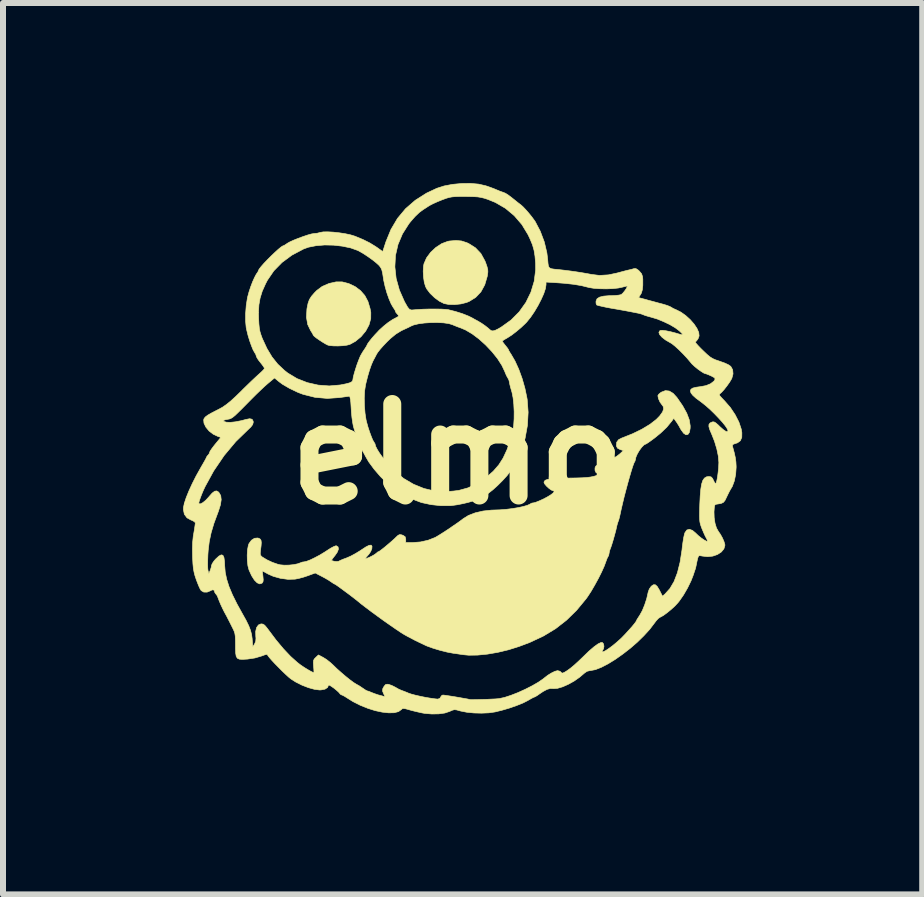
<source format=kicad_pcb>
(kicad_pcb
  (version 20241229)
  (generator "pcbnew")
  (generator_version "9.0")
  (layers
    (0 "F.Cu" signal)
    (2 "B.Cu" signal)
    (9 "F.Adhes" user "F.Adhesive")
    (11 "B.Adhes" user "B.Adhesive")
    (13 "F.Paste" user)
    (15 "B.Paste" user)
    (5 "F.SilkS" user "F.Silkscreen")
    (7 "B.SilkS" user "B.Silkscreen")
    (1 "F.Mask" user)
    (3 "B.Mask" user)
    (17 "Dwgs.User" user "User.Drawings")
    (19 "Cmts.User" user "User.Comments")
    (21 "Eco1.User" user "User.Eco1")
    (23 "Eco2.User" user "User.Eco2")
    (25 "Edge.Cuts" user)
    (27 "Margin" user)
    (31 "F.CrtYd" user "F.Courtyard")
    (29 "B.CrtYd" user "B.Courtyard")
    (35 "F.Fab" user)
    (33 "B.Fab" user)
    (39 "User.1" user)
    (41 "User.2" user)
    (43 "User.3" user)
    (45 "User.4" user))
  (footprint "elmo"
    (layer "F.Cu")
    (at 4.573 4.515)
    (property "Reference" "elmo" (at 0 0 0) (layer "F.SilkS") (effects (font (size 1.524 1.524) (thickness 0.3))))
    (attr through_hole)
    (fp_poly (pts (xy 0.065 -3.551) (xy 0.154 -3.522) (xy 0.183 -3.509) (xy 0.297 -3.437) (xy 0.388 -3.341) (xy 0.455 -3.219) (xy 0.467 -3.189) (xy 0.49 -3.123) (xy 0.502 -3.076) (xy 0.504 -3.034) (xy 0.497 -2.983) (xy 0.493 -2.959) (xy 0.452 -2.82) (xy 0.388 -2.703) (xy 0.301 -2.611) (xy 0.193 -2.544) (xy 0.149 -2.526) (xy 0.054 -2.502) (xy -0.049 -2.491) (xy -0.147 -2.493) (xy -0.228 -2.509) (xy -0.229 -2.51) (xy -0.304 -2.548) (xy -0.383 -2.606) (xy -0.456 -2.676) (xy -0.512 -2.749) (xy -0.534 -2.791) (xy -0.555 -2.862) (xy -0.568 -2.951) (xy -0.573 -3.046) (xy -0.568 -3.13) (xy -0.56 -3.172) (xy -0.517 -3.27) (xy -0.448 -3.363) (xy -0.361 -3.444) (xy -0.264 -3.507) (xy -0.162 -3.545) (xy -0.136 -3.55) (xy -0.027 -3.559) (xy 0.065 -3.551)) (stroke (width 0.01) (type solid)) (fill yes) (layer "F.SilkS"))
    (fp_poly (pts (xy -1.922 -2.869) (xy -1.813 -2.841) (xy -1.706 -2.79) (xy -1.617 -2.723) (xy -1.546 -2.642) (xy -1.494 -2.544) (xy -1.458 -2.424) (xy -1.446 -2.36) (xy -1.447 -2.257) (xy -1.476 -2.152) (xy -1.531 -2.05) (xy -1.608 -1.957) (xy -1.702 -1.879) (xy -1.795 -1.828) (xy -1.844 -1.815) (xy -1.913 -1.806) (xy -1.992 -1.802) (xy -2.069 -1.803) (xy -2.132 -1.809) (xy -2.161 -1.816) (xy -2.199 -1.835) (xy -2.249 -1.865) (xy -2.303 -1.9) (xy -2.352 -1.934) (xy -2.388 -1.963) (xy -2.404 -1.981) (xy -2.405 -1.982) (xy -2.413 -2.002) (xy -2.435 -2.038) (xy -2.448 -2.057) (xy -2.497 -2.159) (xy -2.518 -2.28) (xy -2.51 -2.418) (xy -2.507 -2.436) (xy -2.491 -2.514) (xy -2.469 -2.575) (xy -2.434 -2.63) (xy -2.382 -2.69) (xy -2.345 -2.727) (xy -2.255 -2.794) (xy -2.141 -2.843) (xy -2.025 -2.869) (xy -1.922 -2.869)) (stroke (width 0.01) (type solid)) (fill yes) (layer "F.SilkS"))
    (fp_poly (pts (xy 3.526 -1.051) (xy 3.591 -1.012) (xy 3.653 -0.944) (xy 3.749 -0.805) (xy 3.817 -0.682) (xy 3.859 -0.571) (xy 3.875 -0.47) (xy 3.874 -0.43) (xy 3.862 -0.364) (xy 3.837 -0.328) (xy 3.804 -0.322) (xy 3.765 -0.348) (xy 3.724 -0.404) (xy 3.715 -0.419) (xy 3.683 -0.477) (xy 3.648 -0.532) (xy 3.64 -0.543) (xy 3.601 -0.597) (xy 3.566 -0.548) (xy 3.483 -0.447) (xy 3.381 -0.35) (xy 3.28 -0.268) (xy 3.223 -0.226) (xy 3.175 -0.192) (xy 3.144 -0.172) (xy 3.136 -0.169) (xy 3.105 -0.153) (xy 3.067 -0.115) (xy 3.028 -0.062) (xy 2.994 -0.004) (xy 2.97 0.051) (xy 2.963 0.089) (xy 2.953 0.122) (xy 2.948 0.128) (xy 2.936 0.153) (xy 2.917 0.205) (xy 2.893 0.281) (xy 2.866 0.373) (xy 2.836 0.479) (xy 2.806 0.591) (xy 2.776 0.705) (xy 2.749 0.817) (xy 2.725 0.92) (xy 2.71 0.991) (xy 2.697 1.049) (xy 2.684 1.097) (xy 2.676 1.118) (xy 2.664 1.152) (xy 2.651 1.2) (xy 2.651 1.203) (xy 2.635 1.273) (xy 2.613 1.354) (xy 2.59 1.436) (xy 2.568 1.508) (xy 2.55 1.561) (xy 2.546 1.569) (xy 2.53 1.615) (xy 2.523 1.654) (xy 2.523 1.654) (xy 2.516 1.69) (xy 2.508 1.703) (xy 2.494 1.728) (xy 2.477 1.772) (xy 2.472 1.786) (xy 2.443 1.865) (xy 2.399 1.963) (xy 2.345 2.071) (xy 2.284 2.182) (xy 2.223 2.287) (xy 2.164 2.377) (xy 2.138 2.413) (xy 1.981 2.603) (xy 1.814 2.766) (xy 1.632 2.908) (xy 1.43 3.03) (xy 1.204 3.136) (xy 1.024 3.204) (xy 0.849 3.259) (xy 0.67 3.302) (xy 0.495 3.332) (xy 0.332 3.348) (xy 0.186 3.35) (xy 0.102 3.342) (xy 0.064 3.337) (xy 0.005 3.328) (xy -0.062 3.318) (xy -0.068 3.318) (xy -0.175 3.298) (xy -0.294 3.268) (xy -0.41 3.233) (xy -0.51 3.197) (xy -0.543 3.182) (xy -0.7 3.107) (xy -0.83 3.039) (xy -0.889 3.006) (xy -0.947 2.97) (xy -1.026 2.917) (xy -1.12 2.852) (xy -1.223 2.78) (xy -1.328 2.704) (xy -1.432 2.628) (xy -1.526 2.557) (xy -1.606 2.496) (xy -1.658 2.453) (xy -1.698 2.421) (xy -1.752 2.379) (xy -1.815 2.331) (xy -1.88 2.283) (xy -1.941 2.238) (xy -1.992 2.201) (xy -2.028 2.176) (xy -2.043 2.167) (xy -2.063 2.158) (xy -2.097 2.135) (xy -2.107 2.128) (xy -2.149 2.1) (xy -2.209 2.065) (xy -2.265 2.035) (xy -2.372 1.98) (xy -2.494 2.025) (xy -2.569 2.05) (xy -2.647 2.071) (xy -2.709 2.083) (xy -2.825 2.086) (xy -2.951 2.069) (xy -3.072 2.035) (xy -3.156 1.998) (xy -3.254 1.944) (xy -3.243 2.035) (xy -3.238 2.093) (xy -3.242 2.127) (xy -3.258 2.149) (xy -3.259 2.15) (xy -3.296 2.162) (xy -3.339 2.144) (xy -3.385 2.098) (xy -3.431 2.026) (xy -3.475 1.93) (xy -3.493 1.862) (xy -3.503 1.776) (xy -3.505 1.682) (xy -3.5 1.594) (xy -3.486 1.52) (xy -3.475 1.49) (xy -3.435 1.435) (xy -3.384 1.402) (xy -3.33 1.397) (xy -3.309 1.403) (xy -3.286 1.417) (xy -3.274 1.439) (xy -3.27 1.475) (xy -3.274 1.531) (xy -3.283 1.6) (xy -3.288 1.652) (xy -3.284 1.683) (xy -3.266 1.704) (xy -3.252 1.715) (xy -3.176 1.761) (xy -3.086 1.803) (xy -2.997 1.834) (xy -2.956 1.844) (xy -2.89 1.85) (xy -2.811 1.849) (xy -2.732 1.841) (xy -2.664 1.827) (xy -2.628 1.814) (xy -2.585 1.798) (xy -2.558 1.795) (xy -2.517 1.786) (xy -2.454 1.762) (xy -2.378 1.725) (xy -2.295 1.681) (xy -2.213 1.631) (xy -2.173 1.605) (xy -2.114 1.567) (xy -2.063 1.54) (xy -2.028 1.527) (xy -2.02 1.527) (xy -1.991 1.546) (xy -1.985 1.583) (xy -2.004 1.633) (xy -2.039 1.684) (xy -2.072 1.726) (xy -2.094 1.757) (xy -2.1 1.767) (xy -2.085 1.778) (xy -2.051 1.786) (xy -2.012 1.789) (xy -1.981 1.785) (xy -1.976 1.782) (xy -1.951 1.769) (xy -1.903 1.749) (xy -1.846 1.728) (xy -1.78 1.699) (xy -1.702 1.657) (xy -1.625 1.61) (xy -1.604 1.596) (xy -1.528 1.546) (xy -1.474 1.519) (xy -1.44 1.516) (xy -1.426 1.535) (xy -1.429 1.577) (xy -1.448 1.623) (xy -1.481 1.672) (xy -1.49 1.681) (xy -1.519 1.714) (xy -1.534 1.736) (xy -1.534 1.74) (xy -1.516 1.737) (xy -1.479 1.723) (xy -1.433 1.701) (xy -1.39 1.677) (xy -1.359 1.655) (xy -1.353 1.65) (xy -1.329 1.629) (xy -1.318 1.626) (xy -1.299 1.615) (xy -1.261 1.587) (xy -1.211 1.547) (xy -1.155 1.5) (xy -1.098 1.451) (xy -1.048 1.406) (xy -1.027 1.385) (xy -0.991 1.352) (xy -0.964 1.34) (xy -0.931 1.345) (xy -0.907 1.354) (xy -0.874 1.376) (xy -0.864 1.415) (xy -0.864 1.422) (xy -0.864 1.473) (xy -0.749 1.473) (xy -0.618 1.463) (xy -0.49 1.434) (xy -0.378 1.39) (xy -0.366 1.384) (xy -0.312 1.352) (xy -0.239 1.306) (xy -0.156 1.252) (xy -0.072 1.194) (xy 0.007 1.14) (xy 0.07 1.094) (xy 0.093 1.076) (xy 0.181 1.021) (xy 0.294 0.978) (xy 0.423 0.948) (xy 0.559 0.933) (xy 0.609 0.931) (xy 0.705 0.928) (xy 0.808 0.92) (xy 0.912 0.907) (xy 1.01 0.891) (xy 1.096 0.872) (xy 1.162 0.853) (xy 1.204 0.834) (xy 1.209 0.83) (xy 1.239 0.815) (xy 1.259 0.813) (xy 1.295 0.805) (xy 1.351 0.783) (xy 1.418 0.753) (xy 1.488 0.717) (xy 1.545 0.683) (xy 1.588 0.651) (xy 1.608 0.626) (xy 1.602 0.612) (xy 1.59 0.61) (xy 1.56 0.598) (xy 1.52 0.569) (xy 1.48 0.532) (xy 1.45 0.496) (xy 1.439 0.472) (xy 1.445 0.451) (xy 1.463 0.434) (xy 1.499 0.421) (xy 1.554 0.412) (xy 1.633 0.406) (xy 1.739 0.402) (xy 1.863 0.399) (xy 1.986 0.397) (xy 2.081 0.394) (xy 2.154 0.389) (xy 2.211 0.382) (xy 2.258 0.373) (xy 2.294 0.363) (xy 2.347 0.345) (xy 2.371 0.334) (xy 2.369 0.327) (xy 2.346 0.322) (xy 2.345 0.322) (xy 2.306 0.308) (xy 2.291 0.277) (xy 2.289 0.266) (xy 2.289 0.229) (xy 2.301 0.201) (xy 2.332 0.177) (xy 2.386 0.151) (xy 2.451 0.126) (xy 2.54 0.093) (xy 2.605 0.063) (xy 2.656 0.032) (xy 2.703 -0.005) (xy 2.714 -0.015) (xy 2.762 -0.059) (xy 2.706 -0.077) (xy 2.663 -0.1) (xy 2.646 -0.134) (xy 2.645 -0.14) (xy 2.65 -0.198) (xy 2.682 -0.241) (xy 2.737 -0.269) (xy 2.914 -0.339) (xy 3.07 -0.415) (xy 3.204 -0.496) (xy 3.31 -0.578) (xy 3.368 -0.638) (xy 3.414 -0.702) (xy 3.432 -0.752) (xy 3.425 -0.794) (xy 3.407 -0.818) (xy 3.372 -0.866) (xy 3.346 -0.924) (xy 3.336 -0.973) (xy 3.349 -0.996) (xy 3.382 -1.024) (xy 3.394 -1.032) (xy 3.461 -1.058) (xy 3.526 -1.051)) (stroke (width 0.01) (type solid)) (fill yes) (layer "F.SilkS"))
    (fp_poly (pts (xy 0.349 -4.498) (xy 0.466 -4.471) (xy 0.47 -4.47) (xy 0.54 -4.446) (xy 0.607 -4.421) (xy 0.652 -4.402) (xy 0.705 -4.38) (xy 0.753 -4.363) (xy 0.762 -4.36) (xy 0.796 -4.346) (xy 0.838 -4.32) (xy 0.892 -4.28) (xy 0.962 -4.224) (xy 1.008 -4.187) (xy 1.049 -4.156) (xy 1.06 -4.147) (xy 1.089 -4.121) (xy 1.132 -4.076) (xy 1.181 -4.02) (xy 1.23 -3.96) (xy 1.271 -3.905) (xy 1.292 -3.875) (xy 1.377 -3.713) (xy 1.444 -3.535) (xy 1.487 -3.353) (xy 1.5 -3.247) (xy 1.506 -3.177) (xy 1.513 -3.131) (xy 1.529 -3.104) (xy 1.559 -3.089) (xy 1.61 -3.081) (xy 1.685 -3.074) (xy 1.773 -3.064) (xy 1.876 -3.051) (xy 1.982 -3.036) (xy 2.083 -3.02) (xy 2.169 -3.005) (xy 2.227 -2.994) (xy 2.362 -2.977) (xy 2.511 -2.986) (xy 2.653 -3.016) (xy 2.724 -3.035) (xy 2.791 -3.053) (xy 2.84 -3.065) (xy 2.845 -3.066) (xy 2.896 -3.078) (xy 2.938 -3.09) (xy 2.94 -3.09) (xy 2.972 -3.09) (xy 3.01 -3.065) (xy 3.028 -3.048) (xy 3.065 -3.004) (xy 3.081 -2.956) (xy 3.085 -2.915) (xy 3.085 -2.812) (xy 3.077 -2.736) (xy 3.06 -2.68) (xy 3.045 -2.655) (xy 3.024 -2.623) (xy 3.017 -2.607) (xy 3.017 -2.607) (xy 3.035 -2.602) (xy 3.078 -2.591) (xy 3.138 -2.575) (xy 3.175 -2.564) (xy 3.258 -2.542) (xy 3.342 -2.519) (xy 3.414 -2.5) (xy 3.429 -2.496) (xy 3.487 -2.478) (xy 3.534 -2.46) (xy 3.556 -2.448) (xy 3.589 -2.428) (xy 3.635 -2.407) (xy 3.641 -2.405) (xy 3.72 -2.365) (xy 3.799 -2.309) (xy 3.874 -2.241) (xy 3.938 -2.168) (xy 3.987 -2.095) (xy 4.017 -2.027) (xy 4.023 -1.97) (xy 4.022 -1.966) (xy 4.006 -1.923) (xy 3.987 -1.896) (xy 3.966 -1.872) (xy 3.962 -1.861) (xy 3.974 -1.844) (xy 4.005 -1.809) (xy 4.05 -1.762) (xy 4.094 -1.719) (xy 4.155 -1.661) (xy 4.203 -1.621) (xy 4.247 -1.593) (xy 4.296 -1.571) (xy 4.361 -1.549) (xy 4.369 -1.546) (xy 4.448 -1.518) (xy 4.511 -1.489) (xy 4.55 -1.462) (xy 4.551 -1.461) (xy 4.582 -1.405) (xy 4.588 -1.336) (xy 4.568 -1.262) (xy 4.562 -1.251) (xy 4.53 -1.197) (xy 4.485 -1.134) (xy 4.438 -1.074) (xy 4.396 -1.028) (xy 4.383 -1.017) (xy 4.366 -1.002) (xy 4.361 -0.988) (xy 4.371 -0.968) (xy 4.399 -0.937) (xy 4.447 -0.887) (xy 4.543 -0.777) (xy 4.623 -0.657) (xy 4.686 -0.534) (xy 4.725 -0.417) (xy 4.735 -0.358) (xy 4.734 -0.279) (xy 4.71 -0.223) (xy 4.662 -0.188) (xy 4.634 -0.179) (xy 4.593 -0.165) (xy 4.578 -0.149) (xy 4.58 -0.128) (xy 4.608 -0.025) (xy 4.626 0.057) (xy 4.636 0.129) (xy 4.64 0.202) (xy 4.64 0.222) (xy 4.632 0.337) (xy 4.61 0.446) (xy 4.576 0.538) (xy 4.553 0.576) (xy 4.53 0.616) (xy 4.502 0.672) (xy 4.481 0.716) (xy 4.454 0.772) (xy 4.426 0.805) (xy 4.388 0.822) (xy 4.328 0.832) (xy 4.319 0.833) (xy 4.297 0.838) (xy 4.284 0.851) (xy 4.277 0.88) (xy 4.273 0.932) (xy 4.271 0.962) (xy 4.274 1.058) (xy 4.288 1.151) (xy 4.312 1.23) (xy 4.344 1.287) (xy 4.344 1.287) (xy 4.378 1.336) (xy 4.412 1.397) (xy 4.438 1.458) (xy 4.452 1.507) (xy 4.453 1.519) (xy 4.436 1.578) (xy 4.393 1.63) (xy 4.329 1.672) (xy 4.251 1.699) (xy 4.166 1.708) (xy 4.135 1.705) (xy 4.082 1.699) (xy 4.041 1.692) (xy 4.03 1.69) (xy 4.014 1.698) (xy 4 1.733) (xy 3.988 1.786) (xy 3.976 1.845) (xy 3.966 1.892) (xy 3.96 1.913) (xy 3.949 1.945) (xy 3.933 1.993) (xy 3.929 2.007) (xy 3.888 2.112) (xy 3.831 2.229) (xy 3.764 2.345) (xy 3.694 2.446) (xy 3.669 2.477) (xy 3.618 2.532) (xy 3.555 2.589) (xy 3.489 2.643) (xy 3.429 2.687) (xy 3.381 2.714) (xy 3.373 2.717) (xy 3.345 2.736) (xy 3.309 2.775) (xy 3.278 2.816) (xy 3.199 2.92) (xy 3.102 3.026) (xy 2.993 3.133) (xy 2.874 3.236) (xy 2.75 3.332) (xy 2.627 3.419) (xy 2.507 3.493) (xy 2.395 3.551) (xy 2.296 3.59) (xy 2.213 3.606) (xy 2.201 3.607) (xy 2.156 3.618) (xy 2.115 3.646) (xy 2.033 3.716) (xy 1.94 3.781) (xy 1.843 3.835) (xy 1.75 3.876) (xy 1.666 3.901) (xy 1.6 3.906) (xy 1.595 3.905) (xy 1.543 3.904) (xy 1.49 3.919) (xy 1.426 3.953) (xy 1.369 3.991) (xy 1.325 4.022) (xy 1.291 4.042) (xy 1.278 4.047) (xy 1.258 4.055) (xy 1.219 4.076) (xy 1.171 4.104) (xy 1.091 4.145) (xy 0.986 4.187) (xy 0.867 4.229) (xy 0.741 4.266) (xy 0.623 4.295) (xy 0.519 4.31) (xy 0.399 4.315) (xy 0.272 4.312) (xy 0.153 4.3) (xy 0.052 4.28) (xy 0.037 4.276) (xy -0.017 4.261) (xy -0.053 4.257) (xy -0.088 4.266) (xy -0.133 4.286) (xy -0.213 4.313) (xy -0.315 4.327) (xy -0.43 4.329) (xy -0.548 4.319) (xy -0.593 4.311) (xy -0.673 4.293) (xy -0.76 4.272) (xy -0.809 4.258) (xy -0.867 4.242) (xy -0.902 4.237) (xy -0.922 4.241) (xy -0.936 4.254) (xy -0.984 4.289) (xy -1.057 4.308) (xy -1.149 4.31) (xy -1.256 4.298) (xy -1.374 4.273) (xy -1.497 4.234) (xy -1.621 4.184) (xy -1.742 4.123) (xy -1.84 4.062) (xy -1.884 4.034) (xy -1.918 4.016) (xy -1.928 4.013) (xy -1.952 4.001) (xy -1.959 3.992) (xy -1.982 3.965) (xy -2.019 3.932) (xy -2.061 3.898) (xy -2.102 3.869) (xy -2.134 3.85) (xy -2.15 3.847) (xy -2.151 3.849) (xy -2.166 3.887) (xy -2.209 3.915) (xy -2.275 3.928) (xy -2.3 3.929) (xy -2.385 3.918) (xy -2.486 3.89) (xy -2.594 3.848) (xy -2.699 3.795) (xy -2.777 3.745) (xy -2.815 3.714) (xy -2.865 3.668) (xy -2.924 3.612) (xy -2.985 3.55) (xy -3.045 3.489) (xy -3.098 3.432) (xy -3.138 3.386) (xy -3.162 3.354) (xy -3.167 3.345) (xy -3.176 3.336) (xy -3.208 3.342) (xy -3.265 3.363) (xy -3.269 3.364) (xy -3.377 3.396) (xy -3.503 3.415) (xy -3.51 3.415) (xy -3.583 3.419) (xy -3.635 3.416) (xy -3.668 3.401) (xy -3.688 3.369) (xy -3.697 3.315) (xy -3.7 3.235) (xy -3.7 3.177) (xy -3.701 3.092) (xy -3.704 3.031) (xy -3.711 2.986) (xy -3.724 2.946) (xy -3.744 2.904) (xy -3.748 2.896) (xy -3.778 2.836) (xy -3.806 2.78) (xy -3.821 2.752) (xy -3.843 2.708) (xy -3.861 2.675) (xy -3.885 2.631) (xy -3.915 2.571) (xy -3.945 2.507) (xy -3.97 2.448) (xy -3.987 2.405) (xy -3.989 2.398) (xy -4.006 2.357) (xy -4.023 2.335) (xy -4.044 2.307) (xy -4.047 2.293) (xy -4.058 2.265) (xy -4.088 2.261) (xy -4.119 2.277) (xy -4.173 2.299) (xy -4.229 2.298) (xy -4.272 2.273) (xy -4.272 2.273) (xy -4.29 2.244) (xy -4.314 2.192) (xy -4.34 2.126) (xy -4.353 2.092) (xy -4.376 2.023) (xy -4.391 1.963) (xy -4.402 1.902) (xy -4.409 1.829) (xy -4.414 1.735) (xy -4.415 1.711) (xy -4.417 1.58) (xy -4.414 1.47) (xy -4.404 1.371) (xy -4.396 1.325) (xy -4.384 1.254) (xy -4.375 1.194) (xy -4.37 1.154) (xy -4.369 1.145) (xy -4.384 1.126) (xy -4.421 1.105) (xy -4.441 1.098) (xy -4.508 1.061) (xy -4.552 1.002) (xy -4.568 0.924) (xy -4.567 0.889) (xy -4.552 0.818) (xy -4.312 0.818) (xy -4.312 0.825) (xy -4.285 0.829) (xy -4.245 0.809) (xy -4.196 0.769) (xy -4.144 0.713) (xy -4.142 0.71) (xy -4.089 0.65) (xy -4.047 0.618) (xy -4.013 0.613) (xy -3.982 0.632) (xy -3.976 0.639) (xy -3.946 0.691) (xy -3.938 0.759) (xy -3.951 0.845) (xy -3.985 0.953) (xy -3.996 0.982) (xy -4.06 1.155) (xy -4.106 1.31) (xy -4.137 1.457) (xy -4.155 1.605) (xy -4.16 1.678) (xy -4.163 1.764) (xy -4.164 1.843) (xy -4.162 1.904) (xy -4.158 1.94) (xy -4.157 1.941) (xy -4.144 1.99) (xy -4.122 1.939) (xy -4.106 1.892) (xy -4.099 1.853) (xy -4.087 1.823) (xy -4.058 1.78) (xy -4.03 1.748) (xy -3.977 1.699) (xy -3.938 1.678) (xy -3.91 1.685) (xy -3.892 1.723) (xy -3.883 1.791) (xy -3.88 1.859) (xy -3.871 1.969) (xy -3.847 2.084) (xy -3.808 2.207) (xy -3.751 2.343) (xy -3.675 2.496) (xy -3.585 2.659) (xy -3.524 2.768) (xy -3.48 2.858) (xy -3.45 2.935) (xy -3.432 3.005) (xy -3.422 3.077) (xy -3.422 3.081) (xy -3.412 3.208) (xy -3.382 3.162) (xy -3.363 3.119) (xy -3.359 3.068) (xy -3.362 3.034) (xy -3.364 2.954) (xy -3.349 2.89) (xy -3.318 2.846) (xy -3.275 2.828) (xy -3.271 2.828) (xy -3.242 2.832) (xy -3.214 2.85) (xy -3.182 2.887) (xy -3.148 2.932) (xy -3.024 3.097) (xy -2.901 3.244) (xy -2.782 3.37) (xy -2.669 3.471) (xy -2.616 3.512) (xy -2.557 3.552) (xy -2.497 3.589) (xy -2.444 3.619) (xy -2.406 3.637) (xy -2.394 3.641) (xy -2.393 3.625) (xy -2.395 3.585) (xy -2.399 3.535) (xy -2.403 3.475) (xy -2.4 3.438) (xy -2.388 3.413) (xy -2.363 3.387) (xy -2.318 3.345) (xy -2.239 3.387) (xy -2.183 3.422) (xy -2.121 3.471) (xy -2.076 3.512) (xy -2.012 3.574) (xy -1.939 3.639) (xy -1.864 3.703) (xy -1.793 3.76) (xy -1.732 3.805) (xy -1.689 3.832) (xy -1.685 3.834) (xy -1.637 3.861) (xy -1.585 3.896) (xy -1.576 3.902) (xy -1.536 3.929) (xy -1.508 3.944) (xy -1.502 3.945) (xy -1.478 3.952) (xy -1.438 3.969) (xy -1.433 3.971) (xy -1.384 3.99) (xy -1.322 4.011) (xy -1.294 4.018) (xy -1.208 4.041) (xy -1.23 3.997) (xy -1.25 3.948) (xy -1.247 3.908) (xy -1.225 3.868) (xy -1.199 3.838) (xy -1.167 3.833) (xy -1.145 3.837) (xy -1.096 3.854) (xy -1.042 3.881) (xy -1.033 3.886) (xy -0.984 3.914) (xy -0.939 3.934) (xy -0.931 3.937) (xy -0.89 3.952) (xy -0.835 3.974) (xy -0.815 3.983) (xy -0.77 3.998) (xy -0.702 4.016) (xy -0.618 4.035) (xy -0.529 4.053) (xy -0.444 4.067) (xy -0.373 4.077) (xy -0.328 4.081) (xy -0.294 4.067) (xy -0.283 4.047) (xy -0.263 4.02) (xy -0.245 4.013) (xy -0.218 4.016) (xy -0.169 4.023) (xy -0.103 4.033) (xy -0.029 4.045) (xy 0.045 4.058) (xy 0.112 4.07) (xy 0.165 4.079) (xy 0.195 4.086) (xy 0.198 4.088) (xy 0.217 4.09) (xy 0.262 4.09) (xy 0.326 4.089) (xy 0.402 4.087) (xy 0.483 4.085) (xy 0.561 4.081) (xy 0.629 4.078) (xy 0.679 4.074) (xy 0.694 4.072) (xy 0.782 4.053) (xy 0.889 4.018) (xy 1.007 3.972) (xy 1.128 3.917) (xy 1.244 3.858) (xy 1.346 3.799) (xy 1.427 3.743) (xy 1.448 3.726) (xy 1.502 3.684) (xy 1.564 3.646) (xy 1.621 3.618) (xy 1.664 3.607) (xy 1.667 3.607) (xy 1.705 3.617) (xy 1.724 3.634) (xy 1.736 3.647) (xy 1.755 3.646) (xy 1.788 3.63) (xy 1.831 3.603) (xy 1.88 3.567) (xy 1.943 3.515) (xy 2.013 3.451) (xy 2.082 3.385) (xy 2.084 3.383) (xy 2.186 3.284) (xy 2.272 3.21) (xy 2.34 3.161) (xy 2.389 3.138) (xy 2.413 3.139) (xy 2.431 3.162) (xy 2.438 3.201) (xy 2.431 3.242) (xy 2.418 3.264) (xy 2.406 3.286) (xy 2.408 3.294) (xy 2.429 3.292) (xy 2.468 3.272) (xy 2.522 3.236) (xy 2.584 3.19) (xy 2.649 3.136) (xy 2.712 3.08) (xy 2.735 3.058) (xy 2.794 2.997) (xy 2.851 2.934) (xy 2.904 2.875) (xy 2.946 2.824) (xy 2.973 2.787) (xy 2.98 2.772) (xy 2.989 2.754) (xy 3.012 2.718) (xy 3.036 2.681) (xy 3.077 2.607) (xy 3.116 2.512) (xy 3.15 2.408) (xy 3.173 2.307) (xy 3.174 2.301) (xy 3.193 2.248) (xy 3.226 2.201) (xy 3.227 2.2) (xy 3.262 2.176) (xy 3.293 2.176) (xy 3.325 2.204) (xy 3.36 2.262) (xy 3.37 2.282) (xy 3.413 2.367) (xy 3.455 2.33) (xy 3.537 2.239) (xy 3.606 2.122) (xy 3.662 1.976) (xy 3.706 1.801) (xy 3.738 1.596) (xy 3.742 1.555) (xy 3.753 1.472) (xy 3.765 1.396) (xy 3.778 1.337) (xy 3.787 1.308) (xy 3.819 1.264) (xy 3.862 1.252) (xy 3.913 1.271) (xy 3.962 1.312) (xy 4.01 1.358) (xy 4.061 1.399) (xy 4.108 1.431) (xy 4.143 1.45) (xy 4.16 1.451) (xy 4.159 1.431) (xy 4.144 1.401) (xy 4.125 1.366) (xy 4.1 1.311) (xy 4.073 1.247) (xy 4.072 1.246) (xy 4.056 1.203) (xy 4.044 1.166) (xy 4.036 1.129) (xy 4.032 1.085) (xy 4.03 1.028) (xy 4.031 0.95) (xy 4.034 0.846) (xy 4.034 0.84) (xy 4.041 0.697) (xy 4.051 0.584) (xy 4.065 0.499) (xy 4.085 0.438) (xy 4.112 0.399) (xy 4.147 0.378) (xy 4.186 0.373) (xy 4.222 0.379) (xy 4.247 0.404) (xy 4.26 0.432) (xy 4.279 0.47) (xy 4.296 0.49) (xy 4.299 0.491) (xy 4.309 0.475) (xy 4.32 0.434) (xy 4.331 0.374) (xy 4.34 0.303) (xy 4.348 0.229) (xy 4.351 0.161) (xy 4.352 0.139) (xy 4.343 0.034) (xy 4.318 -0.087) (xy 4.28 -0.213) (xy 4.235 -0.327) (xy 4.202 -0.404) (xy 4.186 -0.458) (xy 4.187 -0.494) (xy 4.205 -0.518) (xy 4.215 -0.524) (xy 4.245 -0.537) (xy 4.271 -0.537) (xy 4.3 -0.521) (xy 4.341 -0.486) (xy 4.37 -0.457) (xy 4.428 -0.406) (xy 4.471 -0.378) (xy 4.497 -0.374) (xy 4.504 -0.39) (xy 4.492 -0.422) (xy 4.459 -0.472) (xy 4.409 -0.534) (xy 4.346 -0.603) (xy 4.276 -0.676) (xy 4.203 -0.747) (xy 4.13 -0.811) (xy 4.063 -0.864) (xy 4.05 -0.874) (xy 3.97 -0.933) (xy 3.917 -0.981) (xy 3.887 -1.02) (xy 3.878 -1.054) (xy 3.887 -1.08) (xy 3.917 -1.1) (xy 3.972 -1.114) (xy 4.045 -1.124) (xy 4.137 -1.141) (xy 4.213 -1.172) (xy 4.268 -1.214) (xy 4.284 -1.236) (xy 4.289 -1.257) (xy 4.275 -1.275) (xy 4.237 -1.296) (xy 4.225 -1.302) (xy 4.178 -1.323) (xy 4.144 -1.336) (xy 4.135 -1.338) (xy 4.105 -1.348) (xy 4.058 -1.377) (xy 4.003 -1.416) (xy 3.949 -1.46) (xy 3.903 -1.503) (xy 3.884 -1.526) (xy 3.825 -1.596) (xy 3.757 -1.669) (xy 3.688 -1.738) (xy 3.622 -1.798) (xy 3.568 -1.841) (xy 3.542 -1.856) (xy 3.463 -1.902) (xy 3.404 -1.948) (xy 3.366 -1.991) (xy 3.353 -2.027) (xy 3.366 -2.053) (xy 3.38 -2.06) (xy 3.413 -2.062) (xy 3.471 -2.055) (xy 3.545 -2.04) (xy 3.629 -2.018) (xy 3.673 -2.005) (xy 3.719 -1.992) (xy 3.749 -1.987) (xy 3.754 -1.987) (xy 3.746 -2.001) (xy 3.719 -2.029) (xy 3.693 -2.054) (xy 3.625 -2.105) (xy 3.535 -2.158) (xy 3.432 -2.207) (xy 3.328 -2.25) (xy 3.239 -2.277) (xy 3.177 -2.294) (xy 3.124 -2.31) (xy 3.093 -2.322) (xy 3.077 -2.329) (xy 3.051 -2.337) (xy 3.012 -2.347) (xy 2.956 -2.358) (xy 2.879 -2.373) (xy 2.779 -2.392) (xy 2.65 -2.415) (xy 2.567 -2.429) (xy 2.481 -2.445) (xy 2.407 -2.461) (xy 2.351 -2.474) (xy 2.319 -2.484) (xy 2.316 -2.487) (xy 2.306 -2.513) (xy 2.306 -2.549) (xy 2.323 -2.588) (xy 2.364 -2.615) (xy 2.433 -2.632) (xy 2.532 -2.64) (xy 2.562 -2.64) (xy 2.63 -2.643) (xy 2.687 -2.649) (xy 2.723 -2.657) (xy 2.726 -2.658) (xy 2.751 -2.68) (xy 2.782 -2.717) (xy 2.81 -2.758) (xy 2.826 -2.791) (xy 2.828 -2.799) (xy 2.813 -2.799) (xy 2.777 -2.79) (xy 2.747 -2.782) (xy 2.677 -2.767) (xy 2.584 -2.757) (xy 2.479 -2.753) (xy 2.371 -2.755) (xy 2.271 -2.762) (xy 2.19 -2.775) (xy 2.167 -2.781) (xy 2.063 -2.807) (xy 1.931 -2.829) (xy 1.775 -2.846) (xy 1.638 -2.856) (xy 1.473 -2.866) (xy 1.473 -2.822) (xy 1.463 -2.757) (xy 1.435 -2.673) (xy 1.392 -2.577) (xy 1.339 -2.474) (xy 1.279 -2.373) (xy 1.215 -2.279) (xy 1.151 -2.2) (xy 1.127 -2.175) (xy 1.056 -2.108) (xy 0.976 -2.041) (xy 0.899 -1.982) (xy 0.832 -1.939) (xy 0.817 -1.93) (xy 0.775 -1.906) (xy 0.749 -1.887) (xy 0.745 -1.881) (xy 0.755 -1.863) (xy 0.781 -1.829) (xy 0.795 -1.811) (xy 0.825 -1.774) (xy 0.844 -1.747) (xy 0.846 -1.741) (xy 0.855 -1.721) (xy 0.877 -1.684) (xy 0.89 -1.665) (xy 0.956 -1.551) (xy 1.019 -1.413) (xy 1.075 -1.259) (xy 1.121 -1.098) (xy 1.154 -0.94) (xy 1.159 -0.912) (xy 1.175 -0.698) (xy 1.163 -0.479) (xy 1.124 -0.263) (xy 1.06 -0.055) (xy 0.972 0.139) (xy 0.884 0.279) (xy 0.822 0.36) (xy 0.747 0.442) (xy 0.667 0.522) (xy 0.587 0.594) (xy 0.513 0.652) (xy 0.45 0.691) (xy 0.421 0.703) (xy 0.379 0.722) (xy 0.356 0.737) (xy 0.319 0.758) (xy 0.257 0.781) (xy 0.177 0.804) (xy 0.088 0.825) (xy -0.002 0.843) (xy -0.086 0.855) (xy -0.122 0.859) (xy -0.279 0.859) (xy -0.444 0.841) (xy -0.597 0.808) (xy -0.618 0.801) (xy -0.706 0.768) (xy -0.809 0.722) (xy -0.914 0.668) (xy -1.007 0.613) (xy -1.056 0.58) (xy -1.171 0.486) (xy -1.285 0.374) (xy -1.39 0.252) (xy -1.48 0.13) (xy -1.53 0.044) (xy -1.561 -0.014) (xy -1.588 -0.061) (xy -1.604 -0.089) (xy -1.606 -0.091) (xy -1.62 -0.119) (xy -1.641 -0.172) (xy -1.666 -0.24) (xy -1.692 -0.316) (xy -1.716 -0.393) (xy -1.735 -0.46) (xy -1.737 -0.466) (xy -1.748 -0.525) (xy -1.76 -0.607) (xy -1.769 -0.698) (xy -1.773 -0.766) (xy -1.779 -0.86) (xy -1.787 -0.925) (xy -1.79 -0.934) (xy -1.555 -0.934) (xy -1.552 -0.807) (xy -1.542 -0.681) (xy -1.525 -0.571) (xy -1.517 -0.538) (xy -1.493 -0.451) (xy -1.465 -0.366) (xy -1.437 -0.291) (xy -1.413 -0.233) (xy -1.394 -0.202) (xy -1.375 -0.17) (xy -1.372 -0.153) (xy -1.362 -0.123) (xy -1.337 -0.075) (xy -1.302 -0.019) (xy -1.263 0.036) (xy -1.263 0.036) (xy -1.23 0.078) (xy -1.19 0.128) (xy -1.177 0.145) (xy -1.047 0.286) (xy -0.898 0.406) (xy -0.734 0.502) (xy -0.562 0.572) (xy -0.386 0.614) (xy -0.246 0.624) (xy -0.158 0.622) (xy -0.065 0.615) (xy 0.014 0.605) (xy 0.025 0.603) (xy 0.173 0.562) (xy 0.322 0.492) (xy 0.464 0.398) (xy 0.594 0.285) (xy 0.686 0.179) (xy 0.758 0.066) (xy 0.823 -0.074) (xy 0.88 -0.234) (xy 0.92 -0.386) (xy 0.934 -0.477) (xy 0.941 -0.588) (xy 0.942 -0.709) (xy 0.936 -0.829) (xy 0.924 -0.939) (xy 0.906 -1.029) (xy 0.9 -1.05) (xy 0.882 -1.111) (xy 0.869 -1.164) (xy 0.864 -1.194) (xy 0.854 -1.235) (xy 0.838 -1.266) (xy 0.815 -1.306) (xy 0.792 -1.359) (xy 0.788 -1.371) (xy 0.738 -1.477) (xy 0.665 -1.591) (xy 0.573 -1.706) (xy 0.468 -1.817) (xy 0.356 -1.918) (xy 0.243 -2.003) (xy 0.133 -2.068) (xy 0.058 -2.1) (xy -0.000198 -2.121) (xy -0.065 -2.147) (xy -0.085 -2.156) (xy -0.148 -2.175) (xy -0.235 -2.187) (xy -0.337 -2.192) (xy -0.446 -2.191) (xy -0.554 -2.184) (xy -0.651 -2.171) (xy -0.731 -2.152) (xy -0.779 -2.132) (xy -0.817 -2.112) (xy -0.83 -2.106) (xy -0.936 -2.057) (xy -1.029 -2) (xy -1.12 -1.925) (xy -1.178 -1.869) (xy -1.237 -1.807) (xy -1.29 -1.747) (xy -1.33 -1.696) (xy -1.348 -1.668) (xy -1.377 -1.612) (xy -1.406 -1.558) (xy -1.409 -1.552) (xy -1.436 -1.49) (xy -1.467 -1.402) (xy -1.498 -1.297) (xy -1.527 -1.182) (xy -1.534 -1.151) (xy -1.549 -1.053) (xy -1.555 -0.934) (xy -1.79 -0.934) (xy -1.796 -0.96) (xy -1.802 -0.965) (xy -1.826 -0.962) (xy -1.875 -0.955) (xy -1.94 -0.946) (xy -1.968 -0.942) (xy -2.171 -0.928) (xy -2.375 -0.946) (xy -2.574 -0.996) (xy -2.659 -1.028) (xy -2.801 -1.096) (xy -2.919 -1.165) (xy -2.974 -1.206) (xy -3.05 -1.269) (xy -3.163 -1.175) (xy -3.212 -1.132) (xy -3.277 -1.071) (xy -3.354 -0.997) (xy -3.436 -0.915) (xy -3.515 -0.835) (xy -3.598 -0.751) (xy -3.661 -0.689) (xy -3.708 -0.644) (xy -3.745 -0.614) (xy -3.774 -0.596) (xy -3.799 -0.586) (xy -3.825 -0.581) (xy -3.879 -0.57) (xy -3.902 -0.557) (xy -3.892 -0.544) (xy -3.852 -0.532) (xy -3.788 -0.529) (xy -3.702 -0.538) (xy -3.604 -0.557) (xy -3.529 -0.577) (xy -3.464 -0.59) (xy -3.424 -0.581) (xy -3.406 -0.55) (xy -3.404 -0.53) (xy -3.414 -0.492) (xy -3.446 -0.45) (xy -3.483 -0.415) (xy -3.695 -0.209) (xy -3.889 0.023) (xy -4.063 0.279) (xy -4.207 0.542) (xy -4.236 0.604) (xy -4.264 0.671) (xy -4.288 0.734) (xy -4.305 0.786) (xy -4.312 0.818) (xy -4.552 0.818) (xy -4.552 0.818) (xy -4.521 0.724) (xy -4.476 0.613) (xy -4.42 0.491) (xy -4.356 0.364) (xy -4.285 0.237) (xy -4.272 0.214) (xy -4.235 0.15) (xy -4.205 0.097) (xy -4.187 0.062) (xy -4.183 0.051) (xy -4.171 0.031) (xy -4.157 0.017) (xy -4.136 -0.012) (xy -4.132 -0.028) (xy -4.122 -0.051) (xy -4.094 -0.092) (xy -4.055 -0.144) (xy -4.038 -0.165) (xy -3.944 -0.279) (xy -3.991 -0.294) (xy -4.071 -0.332) (xy -4.14 -0.385) (xy -4.193 -0.449) (xy -4.225 -0.515) (xy -4.23 -0.571) (xy -4.222 -0.595) (xy -4.2 -0.621) (xy -4.161 -0.65) (xy -4.1 -0.685) (xy -4.013 -0.73) (xy -3.979 -0.747) (xy -3.917 -0.781) (xy -3.852 -0.826) (xy -3.781 -0.883) (xy -3.699 -0.958) (xy -3.6 -1.054) (xy -3.581 -1.074) (xy -3.509 -1.144) (xy -3.436 -1.215) (xy -3.37 -1.277) (xy -3.319 -1.324) (xy -3.314 -1.328) (xy -3.268 -1.37) (xy -3.233 -1.405) (xy -3.218 -1.427) (xy -3.217 -1.428) (xy -3.228 -1.45) (xy -3.254 -1.487) (xy -3.285 -1.526) (xy -3.321 -1.572) (xy -3.345 -1.611) (xy -3.353 -1.631) (xy -3.362 -1.661) (xy -3.383 -1.695) (xy -3.407 -1.738) (xy -3.434 -1.804) (xy -3.463 -1.885) (xy -3.49 -1.973) (xy -3.511 -2.058) (xy -3.522 -2.109) (xy -3.532 -2.217) (xy -3.532 -2.344) (xy -3.53 -2.36) (xy -3.317 -2.36) (xy -3.315 -2.262) (xy -3.31 -2.168) (xy -3.303 -2.097) (xy -3.292 -2.04) (xy -3.275 -1.985) (xy -3.255 -1.93) (xy -3.177 -1.761) (xy -3.092 -1.619) (xy -2.996 -1.499) (xy -2.884 -1.394) (xy -2.828 -1.35) (xy -2.675 -1.258) (xy -2.504 -1.191) (xy -2.323 -1.15) (xy -2.138 -1.136) (xy -1.956 -1.152) (xy -1.955 -1.152) (xy -1.865 -1.17) (xy -1.803 -1.186) (xy -1.766 -1.203) (xy -1.748 -1.224) (xy -1.744 -1.244) (xy -1.738 -1.282) (xy -1.723 -1.341) (xy -1.701 -1.414) (xy -1.676 -1.491) (xy -1.649 -1.563) (xy -1.625 -1.622) (xy -1.614 -1.645) (xy -1.582 -1.7) (xy -1.546 -1.754) (xy -1.545 -1.755) (xy -1.521 -1.793) (xy -1.508 -1.818) (xy -1.507 -1.821) (xy -1.496 -1.842) (xy -1.467 -1.882) (xy -1.426 -1.933) (xy -1.377 -1.989) (xy -1.325 -2.044) (xy -1.306 -2.065) (xy -1.233 -2.131) (xy -1.156 -2.193) (xy -1.082 -2.242) (xy -1.029 -2.27) (xy -0.991 -2.291) (xy -0.985 -2.312) (xy -1.008 -2.337) (xy -1.029 -2.362) (xy -1.033 -2.374) (xy -1.042 -2.397) (xy -1.065 -2.433) (xy -1.073 -2.444) (xy -1.107 -2.503) (xy -1.143 -2.587) (xy -1.178 -2.686) (xy -1.208 -2.792) (xy -1.231 -2.895) (xy -1.238 -2.941) (xy -1.25 -3.018) (xy -1.263 -3.07) (xy -1.28 -3.107) (xy -1.29 -3.12) (xy -1.045 -3.12) (xy -1.024 -2.927) (xy -0.97 -2.733) (xy -0.885 -2.54) (xy -0.832 -2.447) (xy -0.8 -2.41) (xy -0.764 -2.4) (xy -0.76 -2.401) (xy -0.675 -2.408) (xy -0.576 -2.414) (xy -0.471 -2.417) (xy -0.367 -2.417) (xy -0.274 -2.416) (xy -0.199 -2.411) (xy -0.155 -2.406) (xy -0.036 -2.376) (xy 0.079 -2.34) (xy 0.18 -2.3) (xy 0.237 -2.272) (xy 0.288 -2.243) (xy 0.333 -2.219) (xy 0.347 -2.211) (xy 0.4 -2.179) (xy 0.459 -2.138) (xy 0.51 -2.098) (xy 0.53 -2.08) (xy 0.557 -2.058) (xy 0.587 -2.052) (xy 0.626 -2.062) (xy 0.681 -2.089) (xy 0.731 -2.119) (xy 0.891 -2.234) (xy 1.027 -2.371) (xy 1.138 -2.527) (xy 1.221 -2.697) (xy 1.276 -2.879) (xy 1.3 -3.069) (xy 1.299 -3.18) (xy 1.289 -3.299) (xy 1.273 -3.397) (xy 1.247 -3.488) (xy 1.207 -3.584) (xy 1.173 -3.656) (xy 1.071 -3.824) (xy 0.945 -3.971) (xy 0.797 -4.095) (xy 0.63 -4.192) (xy 0.505 -4.243) (xy 0.444 -4.263) (xy 0.391 -4.276) (xy 0.336 -4.285) (xy 0.272 -4.289) (xy 0.188 -4.291) (xy 0.127 -4.292) (xy 0.031 -4.292) (xy -0.039 -4.29) (xy -0.093 -4.285) (xy -0.141 -4.276) (xy -0.189 -4.262) (xy -0.248 -4.24) (xy -0.262 -4.235) (xy -0.338 -4.204) (xy -0.409 -4.172) (xy -0.465 -4.143) (xy -0.481 -4.133) (xy -0.527 -4.103) (xy -0.566 -4.078) (xy -0.576 -4.072) (xy -0.639 -4.025) (xy -0.711 -3.956) (xy -0.785 -3.871) (xy -0.814 -3.834) (xy -0.919 -3.668) (xy -0.993 -3.492) (xy -1.035 -3.309) (xy -1.045 -3.12) (xy -1.29 -3.12) (xy -1.305 -3.14) (xy -1.311 -3.146) (xy -1.357 -3.188) (xy -1.423 -3.24) (xy -1.499 -3.294) (xy -1.575 -3.344) (xy -1.642 -3.382) (xy -1.661 -3.392) (xy -1.781 -3.435) (xy -1.919 -3.464) (xy -2.067 -3.481) (xy -2.216 -3.484) (xy -2.358 -3.472) (xy -2.485 -3.447) (xy -2.565 -3.418) (xy -2.76 -3.315) (xy -2.925 -3.193) (xy -3.061 -3.054) (xy -3.169 -2.896) (xy -3.2 -2.836) (xy -3.255 -2.713) (xy -3.29 -2.6) (xy -3.31 -2.487) (xy -3.317 -2.36) (xy -3.53 -2.36) (xy -3.521 -2.477) (xy -3.501 -2.604) (xy -3.496 -2.625) (xy -3.475 -2.702) (xy -3.447 -2.787) (xy -3.415 -2.871) (xy -3.382 -2.944) (xy -3.353 -2.999) (xy -3.341 -3.015) (xy -3.323 -3.043) (xy -3.319 -3.056) (xy -3.307 -3.08) (xy -3.275 -3.122) (xy -3.228 -3.176) (xy -3.17 -3.237) (xy -3.107 -3.3) (xy -3.045 -3.359) (xy -2.988 -3.411) (xy -2.941 -3.45) (xy -2.909 -3.47) (xy -2.903 -3.471) (xy -2.882 -3.481) (xy -2.847 -3.504) (xy -2.838 -3.511) (xy -2.797 -3.534) (xy -2.734 -3.563) (xy -2.657 -3.594) (xy -2.575 -3.624) (xy -2.498 -3.65) (xy -2.433 -3.668) (xy -2.39 -3.675) (xy -2.389 -3.675) (xy -2.338 -3.68) (xy -2.289 -3.693) (xy -2.238 -3.702) (xy -2.162 -3.703) (xy -2.071 -3.698) (xy -1.972 -3.687) (xy -1.873 -3.672) (xy -1.784 -3.653) (xy -1.713 -3.631) (xy -1.712 -3.631) (xy -1.577 -3.575) (xy -1.465 -3.519) (xy -1.367 -3.459) (xy -1.339 -3.44) (xy -1.247 -3.374) (xy -1.194 -3.538) (xy -1.11 -3.743) (xy -1.002 -3.926) (xy -0.867 -4.088) (xy -0.706 -4.228) (xy -0.519 -4.347) (xy -0.347 -4.428) (xy -0.226 -4.467) (xy -0.085 -4.494) (xy 0.064 -4.508) (xy 0.212 -4.51) (xy 0.349 -4.498)) (stroke (width 0.01) (type solid)) (fill yes) (layer "F.SilkS")))
  (gr_rect
    (start -3 -3)
    (end 12.313 11.849)
    (stroke (width 0.1) (type default))
    (fill no)
    (layer "Edge.Cuts")))
</source>
